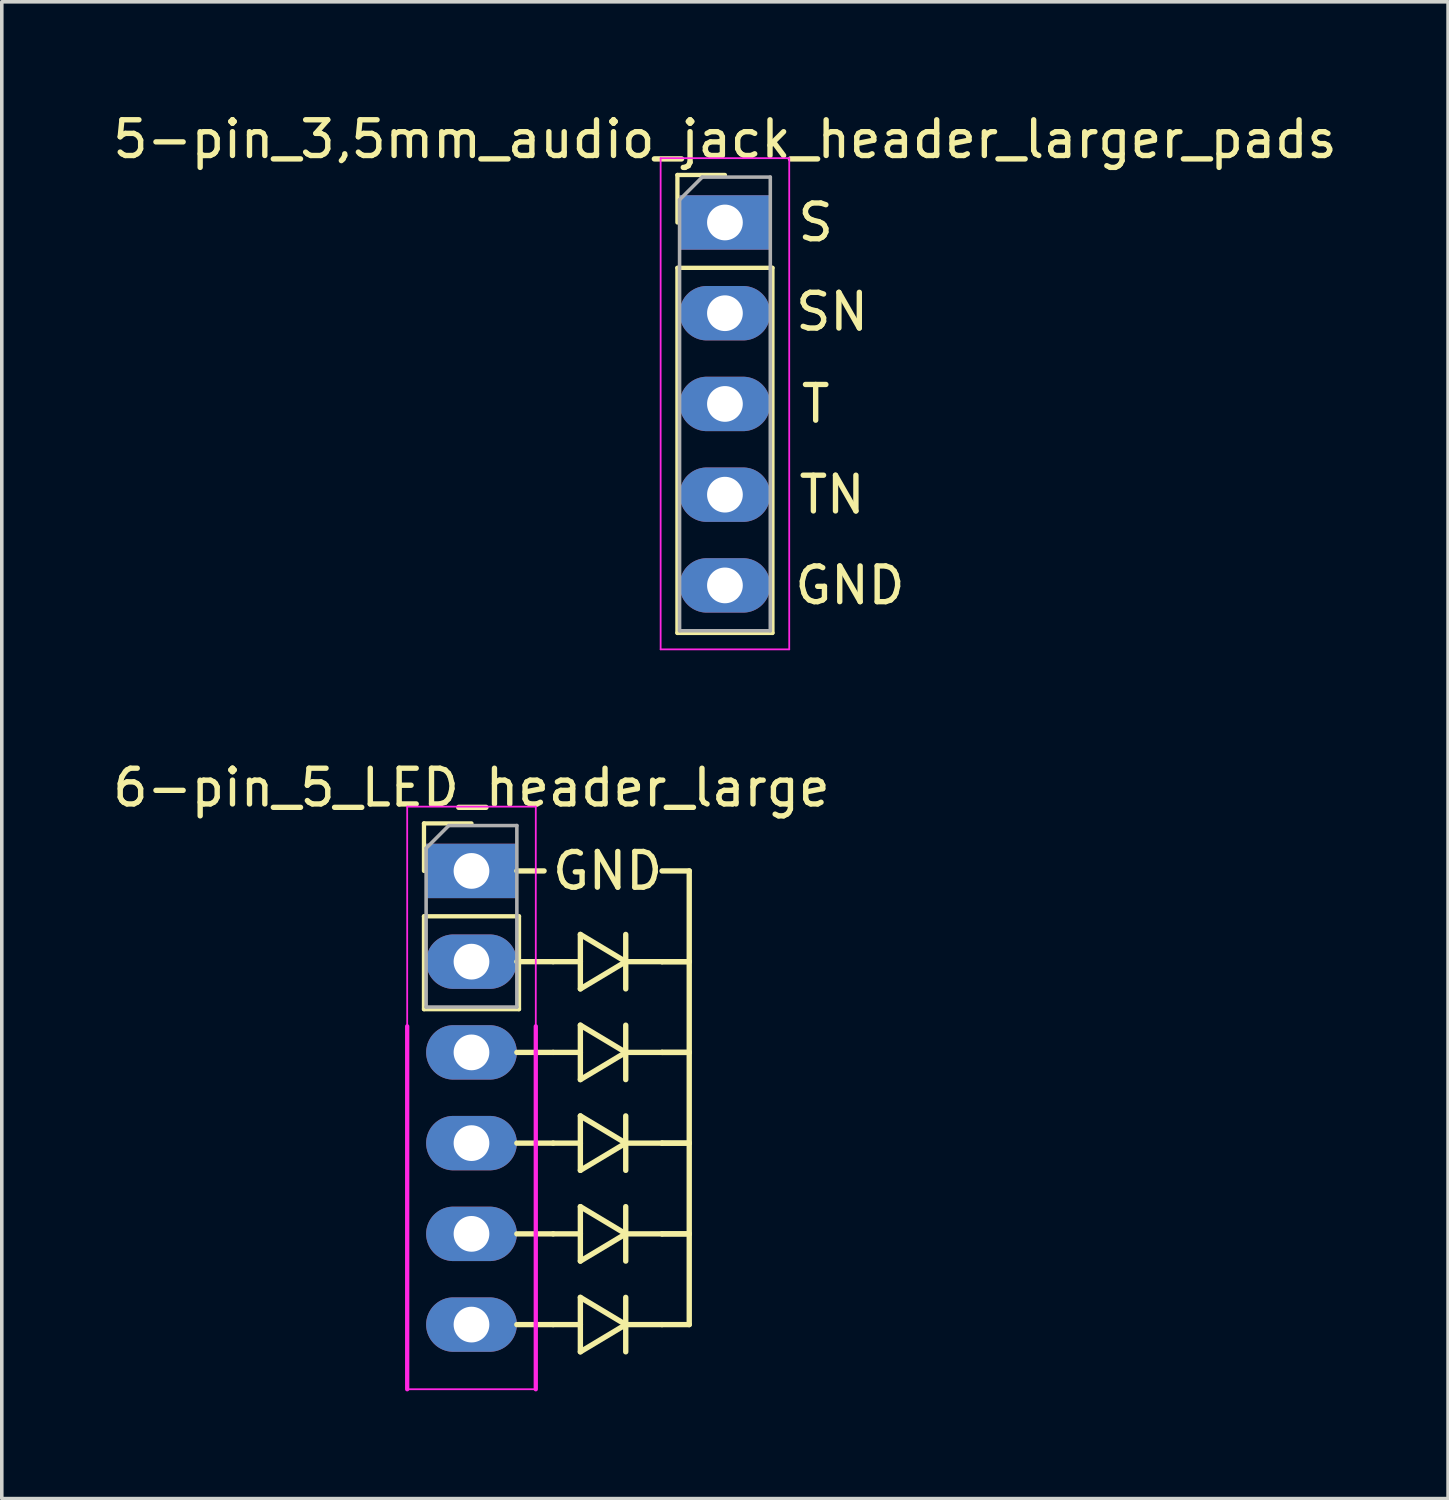
<source format=kicad_pcb>
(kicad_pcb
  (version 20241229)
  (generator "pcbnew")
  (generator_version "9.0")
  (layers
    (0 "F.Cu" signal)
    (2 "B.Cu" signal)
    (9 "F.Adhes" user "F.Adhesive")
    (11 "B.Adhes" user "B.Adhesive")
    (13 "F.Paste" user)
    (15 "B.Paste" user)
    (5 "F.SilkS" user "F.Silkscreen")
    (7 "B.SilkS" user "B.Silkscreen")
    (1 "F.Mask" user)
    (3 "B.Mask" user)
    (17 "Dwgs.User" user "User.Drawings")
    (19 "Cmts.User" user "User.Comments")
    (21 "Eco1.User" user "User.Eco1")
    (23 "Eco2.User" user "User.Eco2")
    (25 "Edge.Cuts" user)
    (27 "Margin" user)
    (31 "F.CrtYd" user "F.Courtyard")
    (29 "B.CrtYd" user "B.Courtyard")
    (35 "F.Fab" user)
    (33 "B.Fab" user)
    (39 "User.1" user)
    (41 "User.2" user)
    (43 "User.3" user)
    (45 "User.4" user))
  (footprint "5-pin_3,5mm_audio_jack_header_larger_pads"
    (layer "F.Cu")
    (at 17.244 3.178)
    (property "Reference" "5-pin_3,5mm_audio_jack_header_larger_pads" (at 0 -2.33 0) (layer "F.SilkS") (effects (font (size 1 1) (thickness 0.15))))
    (attr through_hole)
    (fp_line (start -1.33 -1.33) (end 0 -1.33) (stroke (width 0.12) (type solid)) (layer "F.SilkS"))
    (fp_line (start -1.33 0) (end -1.33 -1.33) (stroke (width 0.12) (type solid)) (layer "F.SilkS"))
    (fp_line (start -1.33 1.27) (end -1.33 11.49) (stroke (width 0.12) (type solid)) (layer "F.SilkS"))
    (fp_line (start -1.33 1.27) (end 1.33 1.27) (stroke (width 0.12) (type solid)) (layer "F.SilkS"))
    (fp_line (start -1.33 11.49) (end 1.33 11.49) (stroke (width 0.12) (type solid)) (layer "F.SilkS"))
    (fp_line (start 1.33 1.27) (end 1.33 11.49) (stroke (width 0.12) (type solid)) (layer "F.SilkS"))
    (fp_line (start -1.8 -1.8) (end -1.8 11.95) (stroke (width 0.05) (type solid)) (layer "F.CrtYd"))
    (fp_line (start -1.8 11.95) (end 1.8 11.95) (stroke (width 0.05) (type solid)) (layer "F.CrtYd"))
    (fp_line (start 1.8 -1.8) (end -1.8 -1.8) (stroke (width 0.05) (type solid)) (layer "F.CrtYd"))
    (fp_line (start 1.8 11.95) (end 1.8 -1.8) (stroke (width 0.05) (type solid)) (layer "F.CrtYd"))
    (fp_line (start -1.27 -0.635) (end -0.635 -1.27) (stroke (width 0.1) (type solid)) (layer "F.Fab"))
    (fp_line (start -1.27 11.43) (end -1.27 -0.635) (stroke (width 0.1) (type solid)) (layer "F.Fab"))
    (fp_line (start -0.635 -1.27) (end 1.27 -1.27) (stroke (width 0.1) (type solid)) (layer "F.Fab"))
    (fp_line (start 1.27 -1.27) (end 1.27 11.43) (stroke (width 0.1) (type solid)) (layer "F.Fab"))
    (fp_line (start 1.27 11.43) (end -1.27 11.43) (stroke (width 0.1) (type solid)) (layer "F.Fab"))
    (fp_text user "S" (at 2.54 0 0) (layer "F.SilkS") (effects (font (size 1 1) (thickness 0.15))))
    (fp_text user "GND" (at 3.5 10.16 0) (layer "F.SilkS") (effects (font (size 1 1) (thickness 0.15))))
    (fp_text user "TN" (at 3 7.62 0) (layer "F.SilkS") (effects (font (size 1 1) (thickness 0.15))))
    (fp_text user "T" (at 2.54 5.08 0) (layer "F.SilkS") (effects (font (size 1 1) (thickness 0.15))))
    (fp_text user "SN" (at 3 2.5 0) (layer "F.SilkS") (effects (font (size 1 1) (thickness 0.15))))
    (pad "1" thru_hole rect (at 0 0) (size 2.54 1.524) (drill 1) (layers "*.Cu" "*.Mask"))
    (pad "2" thru_hole oval (at 0 2.54) (size 2.54 1.524) (drill 1) (layers "*.Cu" "*.Mask"))
    (pad "3" thru_hole oval (at 0 5.08) (size 2.54 1.524) (drill 1) (layers "*.Cu" "*.Mask"))
    (pad "4" thru_hole oval (at 0 7.62) (size 2.54 1.524) (drill 1) (layers "*.Cu" "*.Mask"))
    (pad "5" thru_hole oval (at 0 10.16) (size 2.54 1.524) (drill 1) (layers "*.Cu" "*.Mask")))
  (footprint "6-pin_5_LED_header_large"
    (layer "F.Cu")
    (at 10.149 21.331)
    (property "Reference" "6-pin_5_LED_header_large" (at 0 -2.33 0) (layer "F.SilkS") (effects (font (size 1 1) (thickness 0.15))))
    (attr through_hole)
    (fp_line (start -1.33 -1.33) (end 0 -1.33) (stroke (width 0.12) (type solid)) (layer "F.SilkS"))
    (fp_line (start -1.33 0) (end -1.33 -1.33) (stroke (width 0.12) (type solid)) (layer "F.SilkS"))
    (fp_line (start -1.33 1.27) (end -1.33 3.87) (stroke (width 0.12) (type solid)) (layer "F.SilkS"))
    (fp_line (start -1.33 1.27) (end 1.33 1.27) (stroke (width 0.12) (type solid)) (layer "F.SilkS"))
    (fp_line (start -1.33 3.87) (end 1.33 3.87) (stroke (width 0.12) (type solid)) (layer "F.SilkS"))
    (fp_line (start 1.27 0) (end 2.032 0) (stroke (width 0.15) (type solid)) (layer "F.SilkS"))
    (fp_line (start 1.27 2.54) (end 2.286 2.54) (stroke (width 0.15) (type solid)) (layer "F.SilkS"))
    (fp_line (start 1.27 5.08) (end 2.286 5.08) (stroke (width 0.15) (type solid)) (layer "F.SilkS"))
    (fp_line (start 1.27 7.62) (end 2.286 7.62) (stroke (width 0.15) (type solid)) (layer "F.SilkS"))
    (fp_line (start 1.27 10.16) (end 2.286 10.16) (stroke (width 0.15) (type solid)) (layer "F.SilkS"))
    (fp_line (start 1.33 1.27) (end 1.33 3.87) (stroke (width 0.12) (type solid)) (layer "F.SilkS"))
    (fp_line (start 2.286 12.7) (end 1.27 12.7) (stroke (width 0.15) (type solid)) (layer "F.SilkS"))
    (fp_line (start 3.048 1.778) (end 4.318 2.54) (stroke (width 0.15) (type solid)) (layer "F.SilkS"))
    (fp_line (start 3.048 2.54) (end 2.286 2.54) (stroke (width 0.15) (type solid)) (layer "F.SilkS"))
    (fp_line (start 3.048 2.54) (end 3.048 1.778) (stroke (width 0.15) (type solid)) (layer "F.SilkS"))
    (fp_line (start 3.048 3.302) (end 3.048 2.54) (stroke (width 0.15) (type solid)) (layer "F.SilkS"))
    (fp_line (start 3.048 4.318) (end 4.318 5.08) (stroke (width 0.15) (type solid)) (layer "F.SilkS"))
    (fp_line (start 3.048 5.08) (end 2.286 5.08) (stroke (width 0.15) (type solid)) (layer "F.SilkS"))
    (fp_line (start 3.048 5.08) (end 3.048 4.318) (stroke (width 0.15) (type solid)) (layer "F.SilkS"))
    (fp_line (start 3.048 5.842) (end 3.048 5.08) (stroke (width 0.15) (type solid)) (layer "F.SilkS"))
    (fp_line (start 3.048 6.858) (end 4.318 7.62) (stroke (width 0.15) (type solid)) (layer "F.SilkS"))
    (fp_line (start 3.048 7.62) (end 2.286 7.62) (stroke (width 0.15) (type solid)) (layer "F.SilkS"))
    (fp_line (start 3.048 7.62) (end 3.048 6.858) (stroke (width 0.15) (type solid)) (layer "F.SilkS"))
    (fp_line (start 3.048 8.382) (end 3.048 7.62) (stroke (width 0.15) (type solid)) (layer "F.SilkS"))
    (fp_line (start 3.048 9.398) (end 4.318 10.16) (stroke (width 0.15) (type solid)) (layer "F.SilkS"))
    (fp_line (start 3.048 10.16) (end 2.286 10.16) (stroke (width 0.15) (type solid)) (layer "F.SilkS"))
    (fp_line (start 3.048 10.16) (end 3.048 9.398) (stroke (width 0.15) (type solid)) (layer "F.SilkS"))
    (fp_line (start 3.048 10.922) (end 3.048 10.16) (stroke (width 0.15) (type solid)) (layer "F.SilkS"))
    (fp_line (start 3.048 11.938) (end 4.318 12.7) (stroke (width 0.15) (type solid)) (layer "F.SilkS"))
    (fp_line (start 3.048 12.7) (end 2.286 12.7) (stroke (width 0.15) (type solid)) (layer "F.SilkS"))
    (fp_line (start 3.048 12.7) (end 3.048 11.938) (stroke (width 0.15) (type solid)) (layer "F.SilkS"))
    (fp_line (start 3.048 13.462) (end 3.048 12.7) (stroke (width 0.15) (type solid)) (layer "F.SilkS"))
    (fp_line (start 4.318 1.778) (end 4.318 3.302) (stroke (width 0.15) (type solid)) (layer "F.SilkS"))
    (fp_line (start 4.318 2.54) (end 3.048 3.302) (stroke (width 0.15) (type solid)) (layer "F.SilkS"))
    (fp_line (start 4.318 2.54) (end 5.334 2.54) (stroke (width 0.15) (type solid)) (layer "F.SilkS"))
    (fp_line (start 4.318 4.318) (end 4.318 5.842) (stroke (width 0.15) (type solid)) (layer "F.SilkS"))
    (fp_line (start 4.318 5.08) (end 3.048 5.842) (stroke (width 0.15) (type solid)) (layer "F.SilkS"))
    (fp_line (start 4.318 5.08) (end 5.334 5.08) (stroke (width 0.15) (type solid)) (layer "F.SilkS"))
    (fp_line (start 4.318 6.858) (end 4.318 8.382) (stroke (width 0.15) (type solid)) (layer "F.SilkS"))
    (fp_line (start 4.318 7.62) (end 3.048 8.382) (stroke (width 0.15) (type solid)) (layer "F.SilkS"))
    (fp_line (start 4.318 7.62) (end 5.334 7.62) (stroke (width 0.15) (type solid)) (layer "F.SilkS"))
    (fp_line (start 4.318 9.398) (end 4.318 10.922) (stroke (width 0.15) (type solid)) (layer "F.SilkS"))
    (fp_line (start 4.318 10.16) (end 3.048 10.922) (stroke (width 0.15) (type solid)) (layer "F.SilkS"))
    (fp_line (start 4.318 10.16) (end 5.334 10.16) (stroke (width 0.15) (type solid)) (layer "F.SilkS"))
    (fp_line (start 4.318 11.938) (end 4.318 13.462) (stroke (width 0.15) (type solid)) (layer "F.SilkS"))
    (fp_line (start 4.318 12.7) (end 3.048 13.462) (stroke (width 0.15) (type solid)) (layer "F.SilkS"))
    (fp_line (start 4.318 12.7) (end 5.334 12.7) (stroke (width 0.15) (type solid)) (layer "F.SilkS"))
    (fp_line (start 5.334 0) (end 6.096 0) (stroke (width 0.15) (type solid)) (layer "F.SilkS"))
    (fp_line (start 6.096 0) (end 6.096 12.7) (stroke (width 0.15) (type solid)) (layer "F.SilkS"))
    (fp_line (start 6.096 2.54) (end 5.334 2.54) (stroke (width 0.15) (type solid)) (layer "F.SilkS"))
    (fp_line (start 6.096 2.54) (end 5.334 2.54) (stroke (width 0.15) (type solid)) (layer "F.SilkS"))
    (fp_line (start 6.096 5.08) (end 5.334 5.08) (stroke (width 0.15) (type solid)) (layer "F.SilkS"))
    (fp_line (start 6.096 5.08) (end 5.334 5.08) (stroke (width 0.15) (type solid)) (layer "F.SilkS"))
    (fp_line (start 6.096 7.62) (end 5.334 7.62) (stroke (width 0.15) (type solid)) (layer "F.SilkS"))
    (fp_line (start 6.096 7.62) (end 5.334 7.62) (stroke (width 0.15) (type solid)) (layer "F.SilkS"))
    (fp_line (start 6.096 10.16) (end 5.334 10.16) (stroke (width 0.15) (type solid)) (layer "F.SilkS"))
    (fp_line (start 6.096 10.16) (end 5.334 10.16) (stroke (width 0.15) (type solid)) (layer "F.SilkS"))
    (fp_line (start 6.096 12.7) (end 5.334 12.7) (stroke (width 0.15) (type solid)) (layer "F.SilkS"))
    (fp_line (start -1.8 -1.8) (end -1.8 4.35) (stroke (width 0.05) (type solid)) (layer "F.CrtYd"))
    (fp_line (start -1.8 4.35) (end -1.8 14.51) (stroke (width 0.12) (type solid)) (layer "F.CrtYd"))
    (fp_line (start -1.8 14.51) (end 1.8 14.51) (stroke (width 0.05) (type solid)) (layer "F.CrtYd"))
    (fp_line (start 1.8 -1.8) (end -1.8 -1.8) (stroke (width 0.05) (type solid)) (layer "F.CrtYd"))
    (fp_line (start 1.8 4.35) (end 1.8 -1.8) (stroke (width 0.05) (type solid)) (layer "F.CrtYd"))
    (fp_line (start 1.8 14.51) (end 1.8 4.35) (stroke (width 0.12) (type solid)) (layer "F.CrtYd"))
    (fp_line (start -1.27 -0.635) (end -0.635 -1.27) (stroke (width 0.1) (type solid)) (layer "F.Fab"))
    (fp_line (start -1.27 3.81) (end -1.27 -0.635) (stroke (width 0.1) (type solid)) (layer "F.Fab"))
    (fp_line (start -0.635 -1.27) (end 1.27 -1.27) (stroke (width 0.1) (type solid)) (layer "F.Fab"))
    (fp_line (start 1.27 -1.27) (end 1.27 3.81) (stroke (width 0.1) (type solid)) (layer "F.Fab"))
    (fp_line (start 1.27 3.81) (end -1.27 3.81) (stroke (width 0.1) (type solid)) (layer "F.Fab"))
    (fp_text user "GND" (at 3.81 0 0) (layer "F.SilkS") (effects (font (size 1 1) (thickness 0.15))))
    (pad "1" thru_hole rect (at 0 0) (size 2.54 1.524) (drill 1) (layers "*.Cu" "*.Mask"))
    (pad "2" thru_hole oval (at 0 2.54) (size 2.54 1.524) (drill 1) (layers "*.Cu" "*.Mask"))
    (pad "3" thru_hole oval (at 0 5.08) (size 2.54 1.524) (drill 1) (layers "*.Cu" "*.Mask"))
    (pad "4" thru_hole oval (at 0 7.62) (size 2.54 1.524) (drill 1) (layers "*.Cu" "*.Mask"))
    (pad "5" thru_hole oval (at 0 10.16) (size 2.54 1.524) (drill 1) (layers "*.Cu" "*.Mask"))
    (pad "6" thru_hole oval (at 0 12.7) (size 2.54 1.524) (drill 1) (layers "*.Cu" "*.Mask")))
  (gr_rect
    (start -3 -3)
    (end 37.488 38.901)
    (stroke (width 0.1) (type default))
    (fill no)
    (layer "Edge.Cuts")))
</source>
